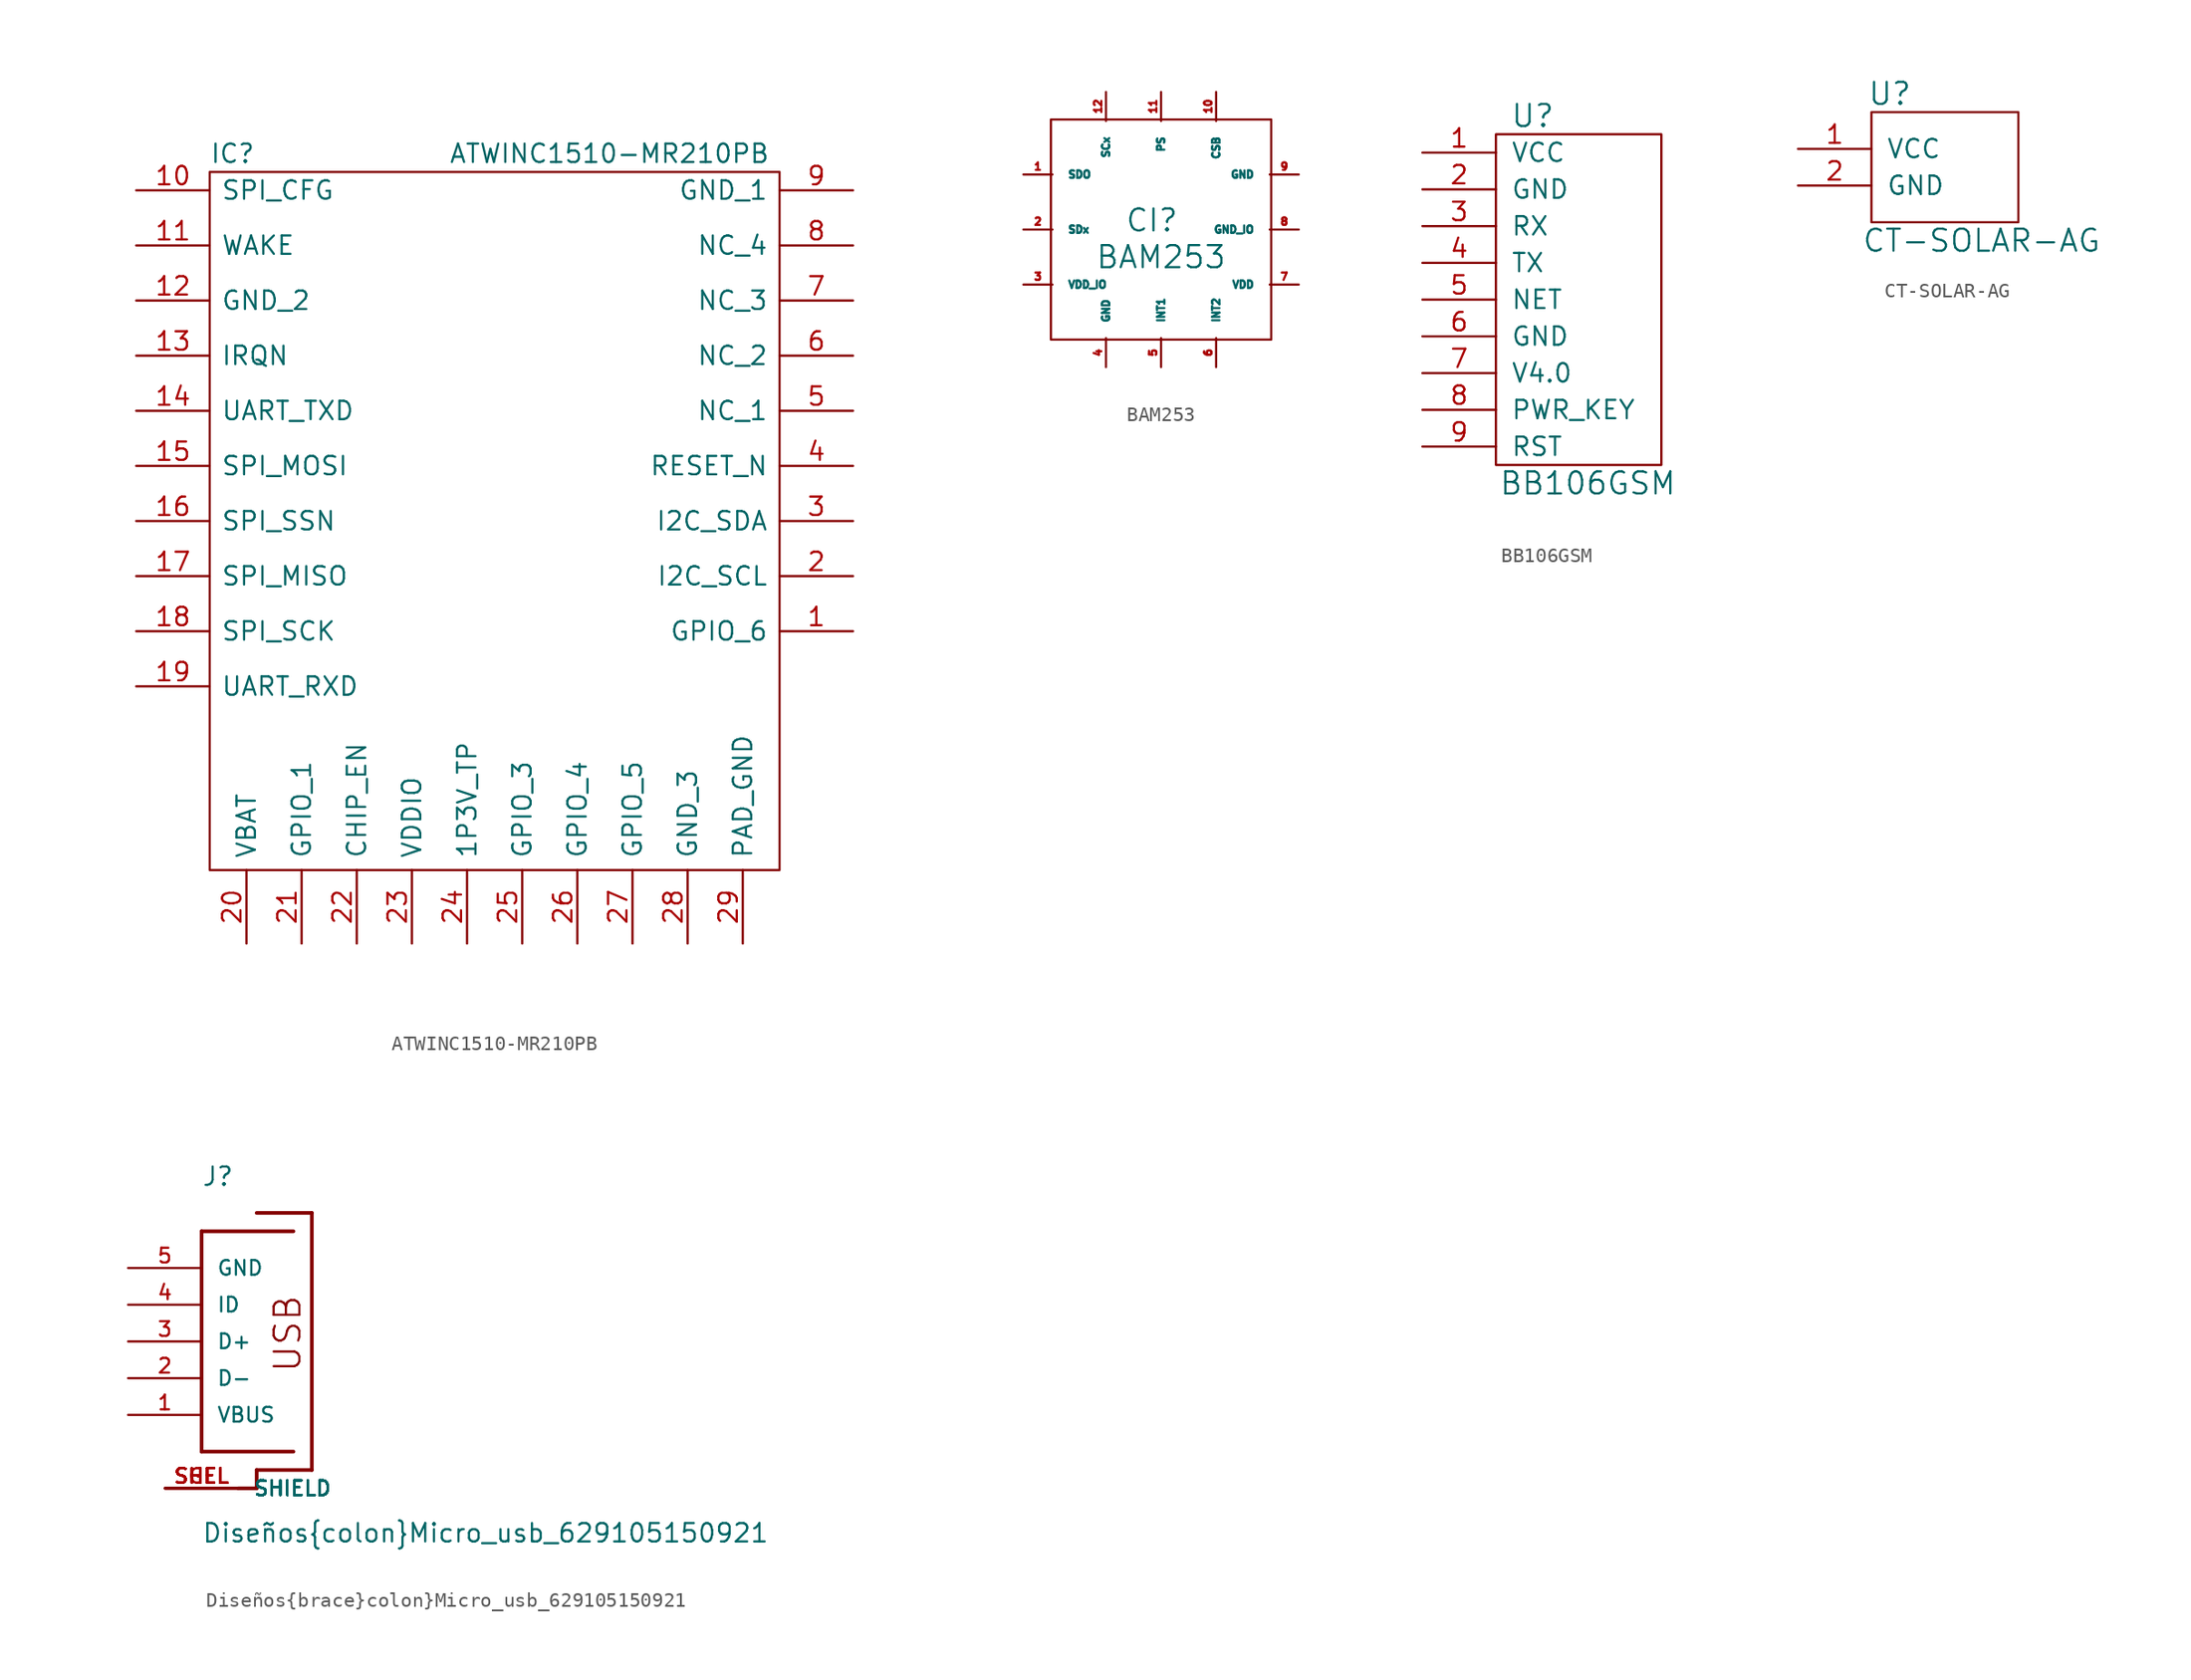
<source format=kicad_sym>
(kicad_symbol_lib
  (version 20211014)
  (generator kicad_symbol_editor)
  (symbol "ATWINC1510-MR210PB"
    (pin_names
      (offset 0.762))
    (property "Reference" "IC"
      (at 0 49.53 0)
      (effects (font (size 1.27 1.27)) (justify left)))
    (property "Value" "ATWINC1510-MR210PB"
      (at 16.51 49.53 0)
      (effects (font (size 1.27 1.27)) (justify left)))
    (symbol "ATWINC1510-MR210PB_0_0"
      (pin unspecified line (at 44.45 16.51 180) (length 5.08) (name "GPIO_6" (effects (font (size 1.27 1.27)))) (number "1" (effects (font (size 1.27 1.27)))))
      (pin unspecified line (at -5.08 46.99 0) (length 5.08) (name "SPI_CFG" (effects (font (size 1.27 1.27)))) (number "10" (effects (font (size 1.27 1.27)))))
      (pin unspecified line (at -5.08 43.18 0) (length 5.08) (name "WAKE" (effects (font (size 1.27 1.27)))) (number "11" (effects (font (size 1.27 1.27)))))
      (pin unspecified line (at -5.08 39.37 0) (length 5.08) (name "GND_2" (effects (font (size 1.27 1.27)))) (number "12" (effects (font (size 1.27 1.27)))))
      (pin unspecified line (at -5.08 35.56 0) (length 5.08) (name "IRQN" (effects (font (size 1.27 1.27)))) (number "13" (effects (font (size 1.27 1.27)))))
      (pin unspecified line (at -5.08 31.75 0) (length 5.08) (name "UART_TXD" (effects (font (size 1.27 1.27)))) (number "14" (effects (font (size 1.27 1.27)))))
      (pin unspecified line (at -5.08 27.94 0) (length 5.08) (name "SPI_MOSI" (effects (font (size 1.27 1.27)))) (number "15" (effects (font (size 1.27 1.27)))))
      (pin unspecified line (at -5.08 24.13 0) (length 5.08) (name "SPI_SSN" (effects (font (size 1.27 1.27)))) (number "16" (effects (font (size 1.27 1.27)))))
      (pin unspecified line (at -5.08 20.32 0) (length 5.08) (name "SPI_MISO" (effects (font (size 1.27 1.27)))) (number "17" (effects (font (size 1.27 1.27)))))
      (pin unspecified line (at -5.08 16.51 0) (length 5.08) (name "SPI_SCK" (effects (font (size 1.27 1.27)))) (number "18" (effects (font (size 1.27 1.27)))))
      (pin unspecified line (at -5.08 12.7 0) (length 5.08) (name "UART_RXD" (effects (font (size 1.27 1.27)))) (number "19" (effects (font (size 1.27 1.27)))))
      (pin unspecified line (at 44.45 20.32 180) (length 5.08) (name "I2C_SCL" (effects (font (size 1.27 1.27)))) (number "2" (effects (font (size 1.27 1.27)))))
      (pin unspecified line (at 2.54 -5.08 90) (length 5.08) (name "VBAT" (effects (font (size 1.27 1.27)))) (number "20" (effects (font (size 1.27 1.27)))))
      (pin unspecified line (at 6.35 -5.08 90) (length 5.08) (name "GPIO_1" (effects (font (size 1.27 1.27)))) (number "21" (effects (font (size 1.27 1.27)))))
      (pin unspecified line (at 10.16 -5.08 90) (length 5.08) (name "CHIP_EN" (effects (font (size 1.27 1.27)))) (number "22" (effects (font (size 1.27 1.27)))))
      (pin unspecified line (at 13.97 -5.08 90) (length 5.08) (name "VDDIO" (effects (font (size 1.27 1.27)))) (number "23" (effects (font (size 1.27 1.27)))))
      (pin unspecified line (at 17.78 -5.08 90) (length 5.08) (name "1P3V_TP" (effects (font (size 1.27 1.27)))) (number "24" (effects (font (size 1.27 1.27)))))
      (pin unspecified line (at 21.59 -5.08 90) (length 5.08) (name "GPIO_3" (effects (font (size 1.27 1.27)))) (number "25" (effects (font (size 1.27 1.27)))))
      (pin unspecified line (at 25.4 -5.08 90) (length 5.08) (name "GPIO_4" (effects (font (size 1.27 1.27)))) (number "26" (effects (font (size 1.27 1.27)))))
      (pin unspecified line (at 29.21 -5.08 90) (length 5.08) (name "GPIO_5" (effects (font (size 1.27 1.27)))) (number "27" (effects (font (size 1.27 1.27)))))
      (pin unspecified line (at 33.02 -5.08 90) (length 5.08) (name "GND_3" (effects (font (size 1.27 1.27)))) (number "28" (effects (font (size 1.27 1.27)))))
      (pin unspecified line (at 44.45 24.13 180) (length 5.08) (name "I2C_SDA" (effects (font (size 1.27 1.27)))) (number "3" (effects (font (size 1.27 1.27)))))
      (pin unspecified line (at 44.45 27.94 180) (length 5.08) (name "RESET_N" (effects (font (size 1.27 1.27)))) (number "4" (effects (font (size 1.27 1.27)))))
      (pin unspecified line (at 44.45 31.75 180) (length 5.08) (name "NC_1" (effects (font (size 1.27 1.27)))) (number "5" (effects (font (size 1.27 1.27)))))
      (pin unspecified line (at 44.45 35.56 180) (length 5.08) (name "NC_2" (effects (font (size 1.27 1.27)))) (number "6" (effects (font (size 1.27 1.27)))))
      (pin unspecified line (at 44.45 39.37 180) (length 5.08) (name "NC_3" (effects (font (size 1.27 1.27)))) (number "7" (effects (font (size 1.27 1.27)))))
      (pin unspecified line (at 44.45 43.18 180) (length 5.08) (name "NC_4" (effects (font (size 1.27 1.27)))) (number "8" (effects (font (size 1.27 1.27)))))
      (pin unspecified line (at 44.45 46.99 180) (length 5.08) (name "GND_1" (effects (font (size 1.27 1.27)))) (number "9" (effects (font (size 1.27 1.27))))))
    (symbol "ATWINC1510-MR210PB_0_1"
      (rectangle (start 0 48.26) (end 39.37 0) (stroke (width 0) (type default) (color 0 0 0 0)) (fill (type none))))
    (symbol "ATWINC1510-MR210PB_1_1"
      (pin input line (at 36.83 -5.08 90) (length 5.08) (name "PAD_GND" (effects (font (size 1.27 1.27)))) (number "29" (effects (font (size 1.27 1.27)))))))
  (symbol "BAM253"
    (pin_names
      (offset 1.016))
    (property "Reference" "CI"
      (at -0.635 0.635 0)
      (effects (font (size 1.524 1.524))))
    (property "Value" "BAM253"
      (at 0 -1.905 0)
      (effects (font (size 1.524 1.524))))
    (symbol "BAM253_0_1"
      (rectangle (start 7.62 -7.62) (end -7.62 7.62) (stroke (width 0) (type default) (color 0 0 0 0)) (fill (type none))))
    (symbol "BAM253_1_1"
      (pin output line (at -9.525 3.81 0) (length 2.007) (name "SDO" (effects (font (size 0.508 0.508)))) (number "1" (effects (font (size 0.508 0.508)))))
      (pin input line (at 3.81 9.525 270) (length 2.007) (name "CSB" (effects (font (size 0.508 0.508)))) (number "10" (effects (font (size 0.508 0.508)))))
      (pin input line (at 0 9.525 270) (length 2.007) (name "PS" (effects (font (size 0.508 0.508)))) (number "11" (effects (font (size 0.508 0.508)))))
      (pin power_in line (at -3.81 9.525 270) (length 2.007) (name "SCx" (effects (font (size 0.508 0.508)))) (number "12" (effects (font (size 0.508 0.508)))))
      (pin bidirectional line (at -9.525 0 0) (length 2.007) (name "SDx" (effects (font (size 0.508 0.508)))) (number "2" (effects (font (size 0.508 0.508)))))
      (pin power_in line (at -9.525 -3.81 0) (length 2.007) (name "VDD_IO" (effects (font (size 0.508 0.508)))) (number "3" (effects (font (size 0.508 0.508)))))
      (pin power_in line (at -3.81 -9.525 90) (length 2.007) (name "GND" (effects (font (size 0.508 0.508)))) (number "4" (effects (font (size 0.508 0.508)))))
      (pin output line (at 0 -9.525 90) (length 2.007) (name "INT1" (effects (font (size 0.508 0.508)))) (number "5" (effects (font (size 0.508 0.508)))))
      (pin output line (at 3.81 -9.525 90) (length 2.007) (name "INT2" (effects (font (size 0.508 0.508)))) (number "6" (effects (font (size 0.508 0.508)))))
      (pin power_in line (at 9.525 -3.81 180) (length 2.007) (name "VDD" (effects (font (size 0.508 0.508)))) (number "7" (effects (font (size 0.508 0.508)))))
      (pin power_out line (at 9.525 0 180) (length 2.007) (name "GND_IO" (effects (font (size 0.508 0.508)))) (number "8" (effects (font (size 0.508 0.508)))))
      (pin power_out line (at 9.525 3.81 180) (length 2.007) (name "GND" (effects (font (size 0.508 0.508)))) (number "9" (effects (font (size 0.508 0.508)))))))
  (symbol "BB106GSM"
    (pin_names
      (offset 1.016))
    (property "Reference" "U"
      (at -3.81 12.7 0)
      (effects (font (size 1.524 1.524))))
    (property "Value" "BB106GSM"
      (at 0 -12.7 0)
      (effects (font (size 1.524 1.524))))
    (property "Footprint" ""
      (at -1.27 1.27 0)
      (effects (font (size 1.524 1.524))))
    (property "Datasheet" ""
      (at -1.27 1.27 0)
      (effects (font (size 1.524 1.524))))
    (symbol "BB106GSM_0_1"
      (rectangle (start -6.35 11.43) (end 5.08 -11.43) (stroke (width 0) (type default) (color 0 0 0 0)) (fill (type none))))
    (symbol "BB106GSM_1_1"
      (pin power_in line (at -11.43 10.16 0) (length 5.08) (name "VCC" (effects (font (size 1.27 1.27)))) (number "1" (effects (font (size 1.27 1.27)))))
      (pin power_in line (at -11.43 7.62 0) (length 5.08) (name "GND" (effects (font (size 1.27 1.27)))) (number "2" (effects (font (size 1.27 1.27)))))
      (pin input line (at -11.43 5.08 0) (length 5.08) (name "RX" (effects (font (size 1.27 1.27)))) (number "3" (effects (font (size 1.27 1.27)))))
      (pin output line (at -11.43 2.54 0) (length 5.08) (name "TX" (effects (font (size 1.27 1.27)))) (number "4" (effects (font (size 1.27 1.27)))))
      (pin output line (at -11.43 0 0) (length 5.08) (name "NET" (effects (font (size 1.27 1.27)))) (number "5" (effects (font (size 1.27 1.27)))))
      (pin input line (at -11.43 -2.54 0) (length 5.08) (name "GND" (effects (font (size 1.27 1.27)))) (number "6" (effects (font (size 1.27 1.27)))))
      (pin input line (at -11.43 -5.08 0) (length 5.08) (name "V4.0" (effects (font (size 1.27 1.27)))) (number "7" (effects (font (size 1.27 1.27)))))
      (pin input line (at -11.43 -7.62 0) (length 5.08) (name "PWR_KEY" (effects (font (size 1.27 1.27)))) (number "8" (effects (font (size 1.27 1.27)))))
      (pin input line (at -11.43 -10.16 0) (length 5.08) (name "RST" (effects (font (size 1.27 1.27)))) (number "9" (effects (font (size 1.27 1.27)))))))
  (symbol "CT-SOLAR-AG"
    (pin_names
      (offset 1.016))
    (property "Reference" "U"
      (at -3.81 5.08 0)
      (effects (font (size 1.524 1.524))))
    (property "Value" "CT-SOLAR-AG"
      (at 2.54 -5.08 0)
      (effects (font (size 1.524 1.524))))
    (property "Footprint" ""
      (at -2.54 0 0)
      (effects (font (size 1.524 1.524))))
    (property "Datasheet" ""
      (at -2.54 0 0)
      (effects (font (size 1.524 1.524))))
    (symbol "CT-SOLAR-AG_0_1"
      (rectangle (start -5.08 3.81) (end 5.08 -3.81) (stroke (width 0) (type default) (color 0 0 0 0)) (fill (type none))))
    (symbol "CT-SOLAR-AG_1_1"
      (pin power_out line (at -10.16 1.27 0) (length 5.08) (name "VCC" (effects (font (size 1.27 1.27)))) (number "1" (effects (font (size 1.27 1.27)))))
      (pin power_out line (at -10.16 -1.27 0) (length 5.08) (name "GND" (effects (font (size 1.27 1.27)))) (number "2" (effects (font (size 1.27 1.27)))))))
  (symbol "Diseños{brace}colon}Micro_usb_629105150921"
    (pin_names
      (offset 1.016))
    (property "Reference" "J"
      (at -2.54 10.668 0)
      (effects (font (size 1.27 1.27)) (justify left bottom)))
    (property "Value" "Diseños{brace}colon}Micro_usb_629105150921"
      (at -2.54 -13.995 0)
      (effects (font (size 1.27 1.27)) (justify left bottom)))
    (symbol "Diseños{brace}colon}Micro_usb_629105150921_0_0"
      (polyline (pts (xy -2.54 -7.62) (xy -2.54 7.62)) (stroke (width 0.254) (type default) (color 0 0 0 0)) (fill (type none)))
      (polyline (pts (xy -2.54 7.62) (xy 3.81 7.62)) (stroke (width 0.254) (type default) (color 0 0 0 0)) (fill (type none)))
      (polyline (pts (xy 0 -10.16) (xy 1.27 -10.16)) (stroke (width 0.254) (type default) (color 0 0 0 0)) (fill (type none)))
      (polyline (pts (xy 1.27 -8.89) (xy 1.27 -10.16)) (stroke (width 0.254) (type default) (color 0 0 0 0)) (fill (type none)))
      (polyline (pts (xy 1.27 8.89) (xy 5.08 8.89)) (stroke (width 0.254) (type default) (color 0 0 0 0)) (fill (type none)))
      (polyline (pts (xy 3.81 -7.62) (xy -2.54 -7.62)) (stroke (width 0.254) (type default) (color 0 0 0 0)) (fill (type none)))
      (polyline (pts (xy 5.08 -8.89) (xy 1.27 -8.89)) (stroke (width 0.254) (type default) (color 0 0 0 0)) (fill (type none)))
      (polyline (pts (xy 5.08 8.89) (xy 5.08 -8.89)) (stroke (width 0.254) (type default) (color 0 0 0 0)) (fill (type none)))
      (text "USB" (at 4.445 -2.235 900) (effects (font (size 1.778 1.778)) (justify left bottom)))
      (pin passive line (at -7.62 -5.08 0) (length 5.08) (name "VBUS" (effects (font (size 1.016 1.016)))) (number "1" (effects (font (size 1.016 1.016)))))
      (pin passive line (at -7.62 -2.54 0) (length 5.08) (name "D-" (effects (font (size 1.016 1.016)))) (number "2" (effects (font (size 1.016 1.016)))))
      (pin passive line (at -7.62 0 0) (length 5.08) (name "D+" (effects (font (size 1.016 1.016)))) (number "3" (effects (font (size 1.016 1.016)))))
      (pin passive line (at -7.62 2.54 0) (length 5.08) (name "ID" (effects (font (size 1.016 1.016)))) (number "4" (effects (font (size 1.016 1.016)))))
      (pin passive line (at -7.62 5.08 0) (length 5.08) (name "GND" (effects (font (size 1.016 1.016)))) (number "5" (effects (font (size 1.016 1.016)))))
      (pin passive line (at -5.08 -10.16 0) (length 5.08) (name "SHIELD" (effects (font (size 1.016 1.016)))) (number "SGEL" (effects (font (size 1.016 1.016)))))
      (pin passive line (at -5.08 -10.16 0) (length 5.08) (name "SHIELD" (effects (font (size 1.016 1.016)))) (number "SHEL" (effects (font (size 1.016 1.016)))))
      (pin passive line (at -5.08 -10.16 0) (length 5.08) (name "SHIELD" (effects (font (size 1.016 1.016)))) (number "SHEL" (effects (font (size 1.016 1.016)))))
      (pin passive line (at -5.08 -10.16 0) (length 5.08) (name "SHIELD" (effects (font (size 1.016 1.016)))) (number "SHEL" (effects (font (size 1.016 1.016)))))
      (pin passive line (at -5.08 -10.16 0) (length 5.08) (name "SHIELD" (effects (font (size 1.016 1.016)))) (number "SHEL" (effects (font (size 1.016 1.016)))))
      (pin passive line (at -5.08 -10.16 0) (length 5.08) (name "SHIELD" (effects (font (size 1.016 1.016)))) (number "SHEL" (effects (font (size 1.016 1.016)))))
      (pin passive line (at -5.08 -10.16 0) (length 5.08) (name "SHIELD" (effects (font (size 1.016 1.016)))) (number "SHEL" (effects (font (size 1.016 1.016)))))
      (pin passive line (at -5.08 -10.16 0) (length 5.08) (name "SHIELD" (effects (font (size 1.016 1.016)))) (number "SHEL" (effects (font (size 1.016 1.016))))))))
</source>
